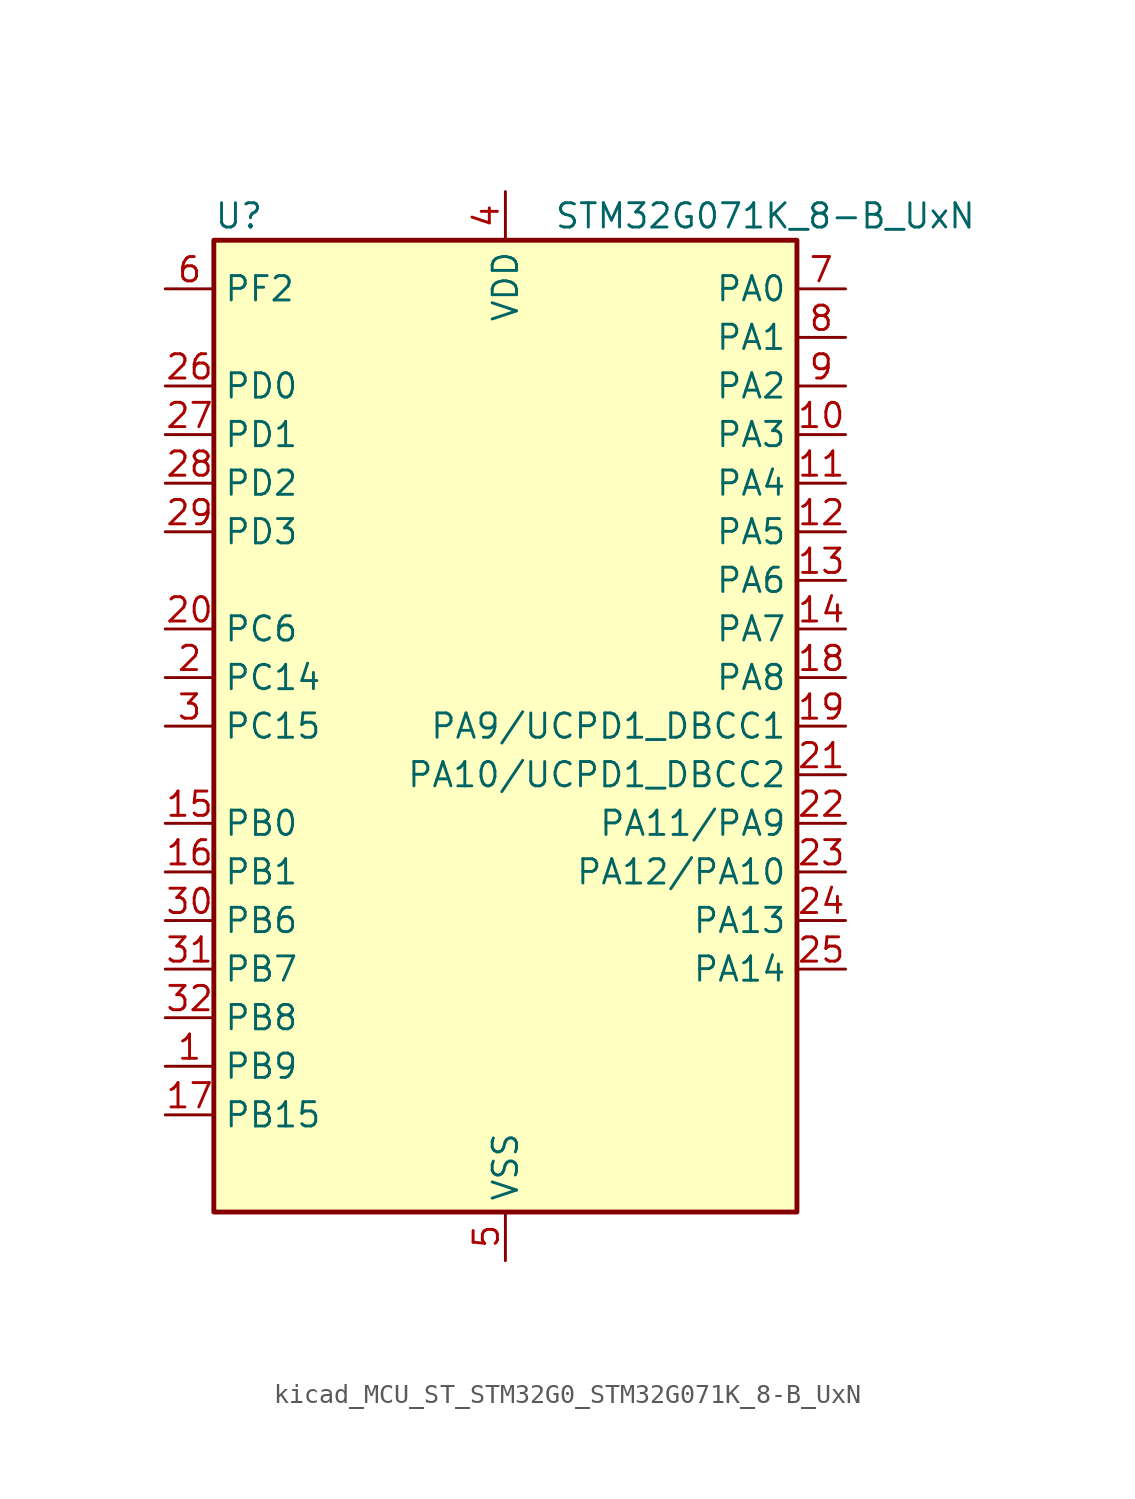
<source format=kicad_sym>
(kicad_symbol_lib
  (version 20220914)
  (generator kicad_symbol_editor)
  (symbol "kicad_MCU_ST_STM32G0_STM32G071K_8-B_UxN"
    (property "Reference" "U"
      (at -15.24 26.67 0)
      (effects (font (size 1.27 1.27)) (justify left)))
    (property "Value" "STM32G071K_8-B_UxN"
      (at 2.54 26.67 0)
      (effects (font (size 1.27 1.27)) (justify left)))
    (property "ki_locked" ""
      (at 0 0 0)
      (effects (font (size 1.27 1.27))))
    (symbol "kicad_MCU_ST_STM32G0_STM32G071K_8-B_UxN_0_1"
      (rectangle (start -15.24 -25.4) (end 15.24 25.4) (stroke (width 0.254) (type default)) (fill (type background))))
    (symbol "kicad_MCU_ST_STM32G0_STM32G071K_8-B_UxN_1_1"
      (pin bidirectional line (at -17.78 -17.78 0) (length 2.54) (name "PB9" (effects (font (size 1.27 1.27)))) (number "1" (effects (font (size 1.27 1.27)))) (alternate "DAC1_EXTI9" bidirectional line) (alternate "I2C1_SDA" bidirectional line) (alternate "IR_OUT" bidirectional line) (alternate "SPI2_NSS" bidirectional line) (alternate "TIM17_CH1" bidirectional line) (alternate "UCPD2_FRSTX1" bidirectional line) (alternate "UCPD2_FRSTX2" bidirectional line) (alternate "USART3_RX" bidirectional line))
      (pin bidirectional line (at 17.78 15.24 180) (length 2.54) (name "PA3" (effects (font (size 1.27 1.27)))) (number "10" (effects (font (size 1.27 1.27)))) (alternate "ADC1_IN3" bidirectional line) (alternate "COMP2_INP" bidirectional line) (alternate "LPUART1_RX" bidirectional line) (alternate "SPI2_MISO" bidirectional line) (alternate "TIM15_CH2" bidirectional line) (alternate "TIM2_CH4" bidirectional line) (alternate "UCPD2_FRSTX1" bidirectional line) (alternate "UCPD2_FRSTX2" bidirectional line) (alternate "USART2_RX" bidirectional line))
      (pin bidirectional line (at 17.78 12.7 180) (length 2.54) (name "PA4" (effects (font (size 1.27 1.27)))) (number "11" (effects (font (size 1.27 1.27)))) (alternate "ADC1_IN4" bidirectional line) (alternate "DAC1_OUT1" bidirectional line) (alternate "I2S1_WS" bidirectional line) (alternate "LPTIM2_OUT" bidirectional line) (alternate "RTC_OUT_ALARM" bidirectional line) (alternate "RTC_OUT_CALIB" bidirectional line) (alternate "RTC_TAMP_IN1" bidirectional line) (alternate "RTC_TS" bidirectional line) (alternate "SPI1_NSS" bidirectional line) (alternate "SPI2_MOSI" bidirectional line) (alternate "SYS_WKUP2" bidirectional line) (alternate "TIM14_CH1" bidirectional line) (alternate "UCPD2_FRSTX1" bidirectional line) (alternate "UCPD2_FRSTX2" bidirectional line))
      (pin bidirectional line (at 17.78 10.16 180) (length 2.54) (name "PA5" (effects (font (size 1.27 1.27)))) (number "12" (effects (font (size 1.27 1.27)))) (alternate "ADC1_IN5" bidirectional line) (alternate "CEC" bidirectional line) (alternate "DAC1_OUT2" bidirectional line) (alternate "I2S1_CK" bidirectional line) (alternate "LPTIM2_ETR" bidirectional line) (alternate "SPI1_SCK" bidirectional line) (alternate "TIM2_CH1" bidirectional line) (alternate "TIM2_ETR" bidirectional line) (alternate "UCPD1_FRSTX1" bidirectional line) (alternate "UCPD1_FRSTX2" bidirectional line) (alternate "USART3_TX" bidirectional line))
      (pin bidirectional line (at 17.78 7.62 180) (length 2.54) (name "PA6" (effects (font (size 1.27 1.27)))) (number "13" (effects (font (size 1.27 1.27)))) (alternate "ADC1_IN6" bidirectional line) (alternate "COMP1_OUT" bidirectional line) (alternate "I2S1_MCK" bidirectional line) (alternate "LPUART1_CTS" bidirectional line) (alternate "SPI1_MISO" bidirectional line) (alternate "TIM16_CH1" bidirectional line) (alternate "TIM1_BK" bidirectional line) (alternate "TIM3_CH1" bidirectional line) (alternate "USART3_CTS" bidirectional line) (alternate "USART3_NSS" bidirectional line))
      (pin bidirectional line (at 17.78 5.08 180) (length 2.54) (name "PA7" (effects (font (size 1.27 1.27)))) (number "14" (effects (font (size 1.27 1.27)))) (alternate "ADC1_IN7" bidirectional line) (alternate "COMP2_OUT" bidirectional line) (alternate "I2S1_SD" bidirectional line) (alternate "SPI1_MOSI" bidirectional line) (alternate "TIM14_CH1" bidirectional line) (alternate "TIM17_CH1" bidirectional line) (alternate "TIM1_CH1N" bidirectional line) (alternate "TIM3_CH2" bidirectional line) (alternate "UCPD1_FRSTX1" bidirectional line) (alternate "UCPD1_FRSTX2" bidirectional line))
      (pin bidirectional line (at -17.78 -5.08 0) (length 2.54) (name "PB0" (effects (font (size 1.27 1.27)))) (number "15" (effects (font (size 1.27 1.27)))) (alternate "ADC1_IN8" bidirectional line) (alternate "COMP1_OUT" bidirectional line) (alternate "I2S1_WS" bidirectional line) (alternate "LPTIM1_OUT" bidirectional line) (alternate "SPI1_NSS" bidirectional line) (alternate "TIM1_CH2N" bidirectional line) (alternate "TIM3_CH3" bidirectional line) (alternate "UCPD1_FRSTX1" bidirectional line) (alternate "UCPD1_FRSTX2" bidirectional line) (alternate "USART3_RX" bidirectional line))
      (pin bidirectional line (at -17.78 -7.62 0) (length 2.54) (name "PB1" (effects (font (size 1.27 1.27)))) (number "16" (effects (font (size 1.27 1.27)))) (alternate "ADC1_IN9" bidirectional line) (alternate "COMP1_INM" bidirectional line) (alternate "LPTIM2_IN1" bidirectional line) (alternate "LPUART1_DE" bidirectional line) (alternate "LPUART1_RTS" bidirectional line) (alternate "TIM14_CH1" bidirectional line) (alternate "TIM1_CH3N" bidirectional line) (alternate "TIM3_CH4" bidirectional line) (alternate "USART3_CK" bidirectional line) (alternate "USART3_DE" bidirectional line) (alternate "USART3_RTS" bidirectional line))
      (pin bidirectional line (at -17.78 -20.32 0) (length 2.54) (name "PB15" (effects (font (size 1.27 1.27)))) (number "17" (effects (font (size 1.27 1.27)))) (alternate "RTC_REFIN" bidirectional line) (alternate "SPI2_MOSI" bidirectional line) (alternate "TIM15_CH1N" bidirectional line) (alternate "TIM15_CH2" bidirectional line) (alternate "TIM1_CH3N" bidirectional line) (alternate "UCPD1_CC2" bidirectional line))
      (pin bidirectional line (at 17.78 2.54 180) (length 2.54) (name "PA8" (effects (font (size 1.27 1.27)))) (number "18" (effects (font (size 1.27 1.27)))) (alternate "LPTIM2_OUT" bidirectional line) (alternate "RCC_MCO" bidirectional line) (alternate "SPI2_NSS" bidirectional line) (alternate "TIM1_CH1" bidirectional line) (alternate "UCPD1_CC1" bidirectional line))
      (pin bidirectional line (at 17.78 0 180) (length 2.54) (name "PA9/UCPD1_DBCC1" (effects (font (size 1.27 1.27)))) (number "19" (effects (font (size 1.27 1.27)))) (alternate "DAC1_EXTI9" bidirectional line) (alternate "I2C1_SCL" bidirectional line) (alternate "RCC_MCO" bidirectional line) (alternate "SPI2_MISO" bidirectional line) (alternate "TIM15_BK" bidirectional line) (alternate "TIM1_CH2" bidirectional line) (alternate "UCPD1_DBCC1" bidirectional line) (alternate "USART1_TX" bidirectional line))
      (pin bidirectional line (at -17.78 2.54 0) (length 2.54) (name "PC14" (effects (font (size 1.27 1.27)))) (number "2" (effects (font (size 1.27 1.27)))) (alternate "RCC_OSC32_IN" bidirectional line) (alternate "RCC_OSC_IN" bidirectional line) (alternate "TIM1_BK2" bidirectional line))
      (pin bidirectional line (at -17.78 5.08 0) (length 2.54) (name "PC6" (effects (font (size 1.27 1.27)))) (number "20" (effects (font (size 1.27 1.27)))) (alternate "TIM2_CH3" bidirectional line) (alternate "TIM3_CH1" bidirectional line) (alternate "UCPD1_FRSTX1" bidirectional line) (alternate "UCPD1_FRSTX2" bidirectional line))
      (pin bidirectional line (at 17.78 -2.54 180) (length 2.54) (name "PA10/UCPD1_DBCC2" (effects (font (size 1.27 1.27)))) (number "21" (effects (font (size 1.27 1.27)))) (alternate "I2C1_SDA" bidirectional line) (alternate "SPI2_MOSI" bidirectional line) (alternate "TIM17_BK" bidirectional line) (alternate "TIM1_CH3" bidirectional line) (alternate "UCPD1_DBCC2" bidirectional line) (alternate "USART1_RX" bidirectional line))
      (pin bidirectional line (at 17.78 -5.08 180) (length 2.54) (name "PA11/PA9" (effects (font (size 1.27 1.27)))) (number "22" (effects (font (size 1.27 1.27)))) (alternate "ADC1_EXTI11" bidirectional line) (alternate "COMP1_OUT" bidirectional line) (alternate "I2C2_SCL" bidirectional line) (alternate "I2S1_MCK" bidirectional line) (alternate "SPI1_MISO" bidirectional line) (alternate "TIM1_BK2" bidirectional line) (alternate "TIM1_CH4" bidirectional line) (alternate "USART1_CTS" bidirectional line) (alternate "USART1_NSS" bidirectional line))
      (pin bidirectional line (at 17.78 -7.62 180) (length 2.54) (name "PA12/PA10" (effects (font (size 1.27 1.27)))) (number "23" (effects (font (size 1.27 1.27)))) (alternate "COMP2_OUT" bidirectional line) (alternate "I2C2_SDA" bidirectional line) (alternate "I2S1_SD" bidirectional line) (alternate "I2S_CKIN" bidirectional line) (alternate "SPI1_MOSI" bidirectional line) (alternate "TIM1_ETR" bidirectional line) (alternate "USART1_CK" bidirectional line) (alternate "USART1_DE" bidirectional line) (alternate "USART1_RTS" bidirectional line))
      (pin bidirectional line (at 17.78 -10.16 180) (length 2.54) (name "PA13" (effects (font (size 1.27 1.27)))) (number "24" (effects (font (size 1.27 1.27)))) (alternate "IR_OUT" bidirectional line) (alternate "SYS_SWDIO" bidirectional line))
      (pin bidirectional line (at 17.78 -12.7 180) (length 2.54) (name "PA14" (effects (font (size 1.27 1.27)))) (number "25" (effects (font (size 1.27 1.27)))) (alternate "SYS_SWCLK" bidirectional line) (alternate "USART2_TX" bidirectional line))
      (pin bidirectional line (at -17.78 17.78 0) (length 2.54) (name "PD0" (effects (font (size 1.27 1.27)))) (number "26" (effects (font (size 1.27 1.27)))) (alternate "SPI2_NSS" bidirectional line) (alternate "TIM16_CH1" bidirectional line) (alternate "UCPD2_CC1" bidirectional line))
      (pin bidirectional line (at -17.78 15.24 0) (length 2.54) (name "PD1" (effects (font (size 1.27 1.27)))) (number "27" (effects (font (size 1.27 1.27)))) (alternate "SPI2_SCK" bidirectional line) (alternate "TIM17_CH1" bidirectional line) (alternate "UCPD2_DBCC1" bidirectional line))
      (pin bidirectional line (at -17.78 12.7 0) (length 2.54) (name "PD2" (effects (font (size 1.27 1.27)))) (number "28" (effects (font (size 1.27 1.27)))) (alternate "TIM1_CH1N" bidirectional line) (alternate "TIM3_ETR" bidirectional line) (alternate "UCPD2_CC2" bidirectional line) (alternate "USART3_CK" bidirectional line) (alternate "USART3_DE" bidirectional line) (alternate "USART3_RTS" bidirectional line))
      (pin bidirectional line (at -17.78 10.16 0) (length 2.54) (name "PD3" (effects (font (size 1.27 1.27)))) (number "29" (effects (font (size 1.27 1.27)))) (alternate "SPI2_MISO" bidirectional line) (alternate "TIM1_CH2N" bidirectional line) (alternate "UCPD2_DBCC2" bidirectional line) (alternate "USART2_CTS" bidirectional line) (alternate "USART2_NSS" bidirectional line))
      (pin bidirectional line (at -17.78 0 0) (length 2.54) (name "PC15" (effects (font (size 1.27 1.27)))) (number "3" (effects (font (size 1.27 1.27)))) (alternate "RCC_OSC32_EN" bidirectional line) (alternate "RCC_OSC32_OUT" bidirectional line) (alternate "RCC_OSC_EN" bidirectional line) (alternate "TIM15_BK" bidirectional line))
      (pin bidirectional line (at -17.78 -10.16 0) (length 2.54) (name "PB6" (effects (font (size 1.27 1.27)))) (number "30" (effects (font (size 1.27 1.27)))) (alternate "COMP2_INP" bidirectional line) (alternate "I2C1_SCL" bidirectional line) (alternate "LPTIM1_ETR" bidirectional line) (alternate "SPI2_MISO" bidirectional line) (alternate "TIM16_CH1N" bidirectional line) (alternate "TIM1_CH3" bidirectional line) (alternate "USART1_TX" bidirectional line))
      (pin bidirectional line (at -17.78 -12.7 0) (length 2.54) (name "PB7" (effects (font (size 1.27 1.27)))) (number "31" (effects (font (size 1.27 1.27)))) (alternate "COMP2_INM" bidirectional line) (alternate "I2C1_SDA" bidirectional line) (alternate "LPTIM1_IN2" bidirectional line) (alternate "SPI2_MOSI" bidirectional line) (alternate "SYS_PVD_IN" bidirectional line) (alternate "TIM17_CH1N" bidirectional line) (alternate "USART1_RX" bidirectional line) (alternate "USART4_CTS" bidirectional line) (alternate "USART4_NSS" bidirectional line))
      (pin bidirectional line (at -17.78 -15.24 0) (length 2.54) (name "PB8" (effects (font (size 1.27 1.27)))) (number "32" (effects (font (size 1.27 1.27)))) (alternate "CEC" bidirectional line) (alternate "I2C1_SCL" bidirectional line) (alternate "SPI2_SCK" bidirectional line) (alternate "TIM15_BK" bidirectional line) (alternate "TIM16_CH1" bidirectional line) (alternate "USART3_TX" bidirectional line))
      (pin passive line (at 0 -27.94 90) (length 2.54) hide (name "VSS" (effects (font (size 1.27 1.27)))) (number "33" (effects (font (size 1.27 1.27)))))
      (pin power_in line (at 0 27.94 270) (length 2.54) (name "VDD" (effects (font (size 1.27 1.27)))) (number "4" (effects (font (size 1.27 1.27)))))
      (pin power_in line (at 0 -27.94 90) (length 2.54) (name "VSS" (effects (font (size 1.27 1.27)))) (number "5" (effects (font (size 1.27 1.27)))))
      (pin bidirectional line (at -17.78 22.86 0) (length 2.54) (name "PF2" (effects (font (size 1.27 1.27)))) (number "6" (effects (font (size 1.27 1.27)))) (alternate "RCC_MCO" bidirectional line))
      (pin bidirectional line (at 17.78 22.86 180) (length 2.54) (name "PA0" (effects (font (size 1.27 1.27)))) (number "7" (effects (font (size 1.27 1.27)))) (alternate "ADC1_IN0" bidirectional line) (alternate "COMP1_INM" bidirectional line) (alternate "COMP1_OUT" bidirectional line) (alternate "LPTIM1_OUT" bidirectional line) (alternate "RTC_TAMP_IN2" bidirectional line) (alternate "SPI2_SCK" bidirectional line) (alternate "SYS_WKUP1" bidirectional line) (alternate "TIM2_CH1" bidirectional line) (alternate "TIM2_ETR" bidirectional line) (alternate "UCPD2_FRSTX1" bidirectional line) (alternate "UCPD2_FRSTX2" bidirectional line) (alternate "USART2_CTS" bidirectional line) (alternate "USART2_NSS" bidirectional line) (alternate "USART4_TX" bidirectional line))
      (pin bidirectional line (at 17.78 20.32 180) (length 2.54) (name "PA1" (effects (font (size 1.27 1.27)))) (number "8" (effects (font (size 1.27 1.27)))) (alternate "ADC1_IN1" bidirectional line) (alternate "COMP1_INP" bidirectional line) (alternate "I2C1_SMBA" bidirectional line) (alternate "I2S1_CK" bidirectional line) (alternate "SPI1_SCK" bidirectional line) (alternate "TIM15_CH1N" bidirectional line) (alternate "TIM2_CH2" bidirectional line) (alternate "USART2_CK" bidirectional line) (alternate "USART2_DE" bidirectional line) (alternate "USART2_RTS" bidirectional line) (alternate "USART4_RX" bidirectional line))
      (pin bidirectional line (at 17.78 17.78 180) (length 2.54) (name "PA2" (effects (font (size 1.27 1.27)))) (number "9" (effects (font (size 1.27 1.27)))) (alternate "ADC1_IN2" bidirectional line) (alternate "COMP2_INM" bidirectional line) (alternate "COMP2_OUT" bidirectional line) (alternate "I2S1_SD" bidirectional line) (alternate "LPUART1_TX" bidirectional line) (alternate "RCC_LSCO" bidirectional line) (alternate "SPI1_MOSI" bidirectional line) (alternate "SYS_WKUP4" bidirectional line) (alternate "TIM15_CH1" bidirectional line) (alternate "TIM2_CH3" bidirectional line) (alternate "UCPD1_FRSTX1" bidirectional line) (alternate "UCPD1_FRSTX2" bidirectional line) (alternate "USART2_TX" bidirectional line)))))
</source>
